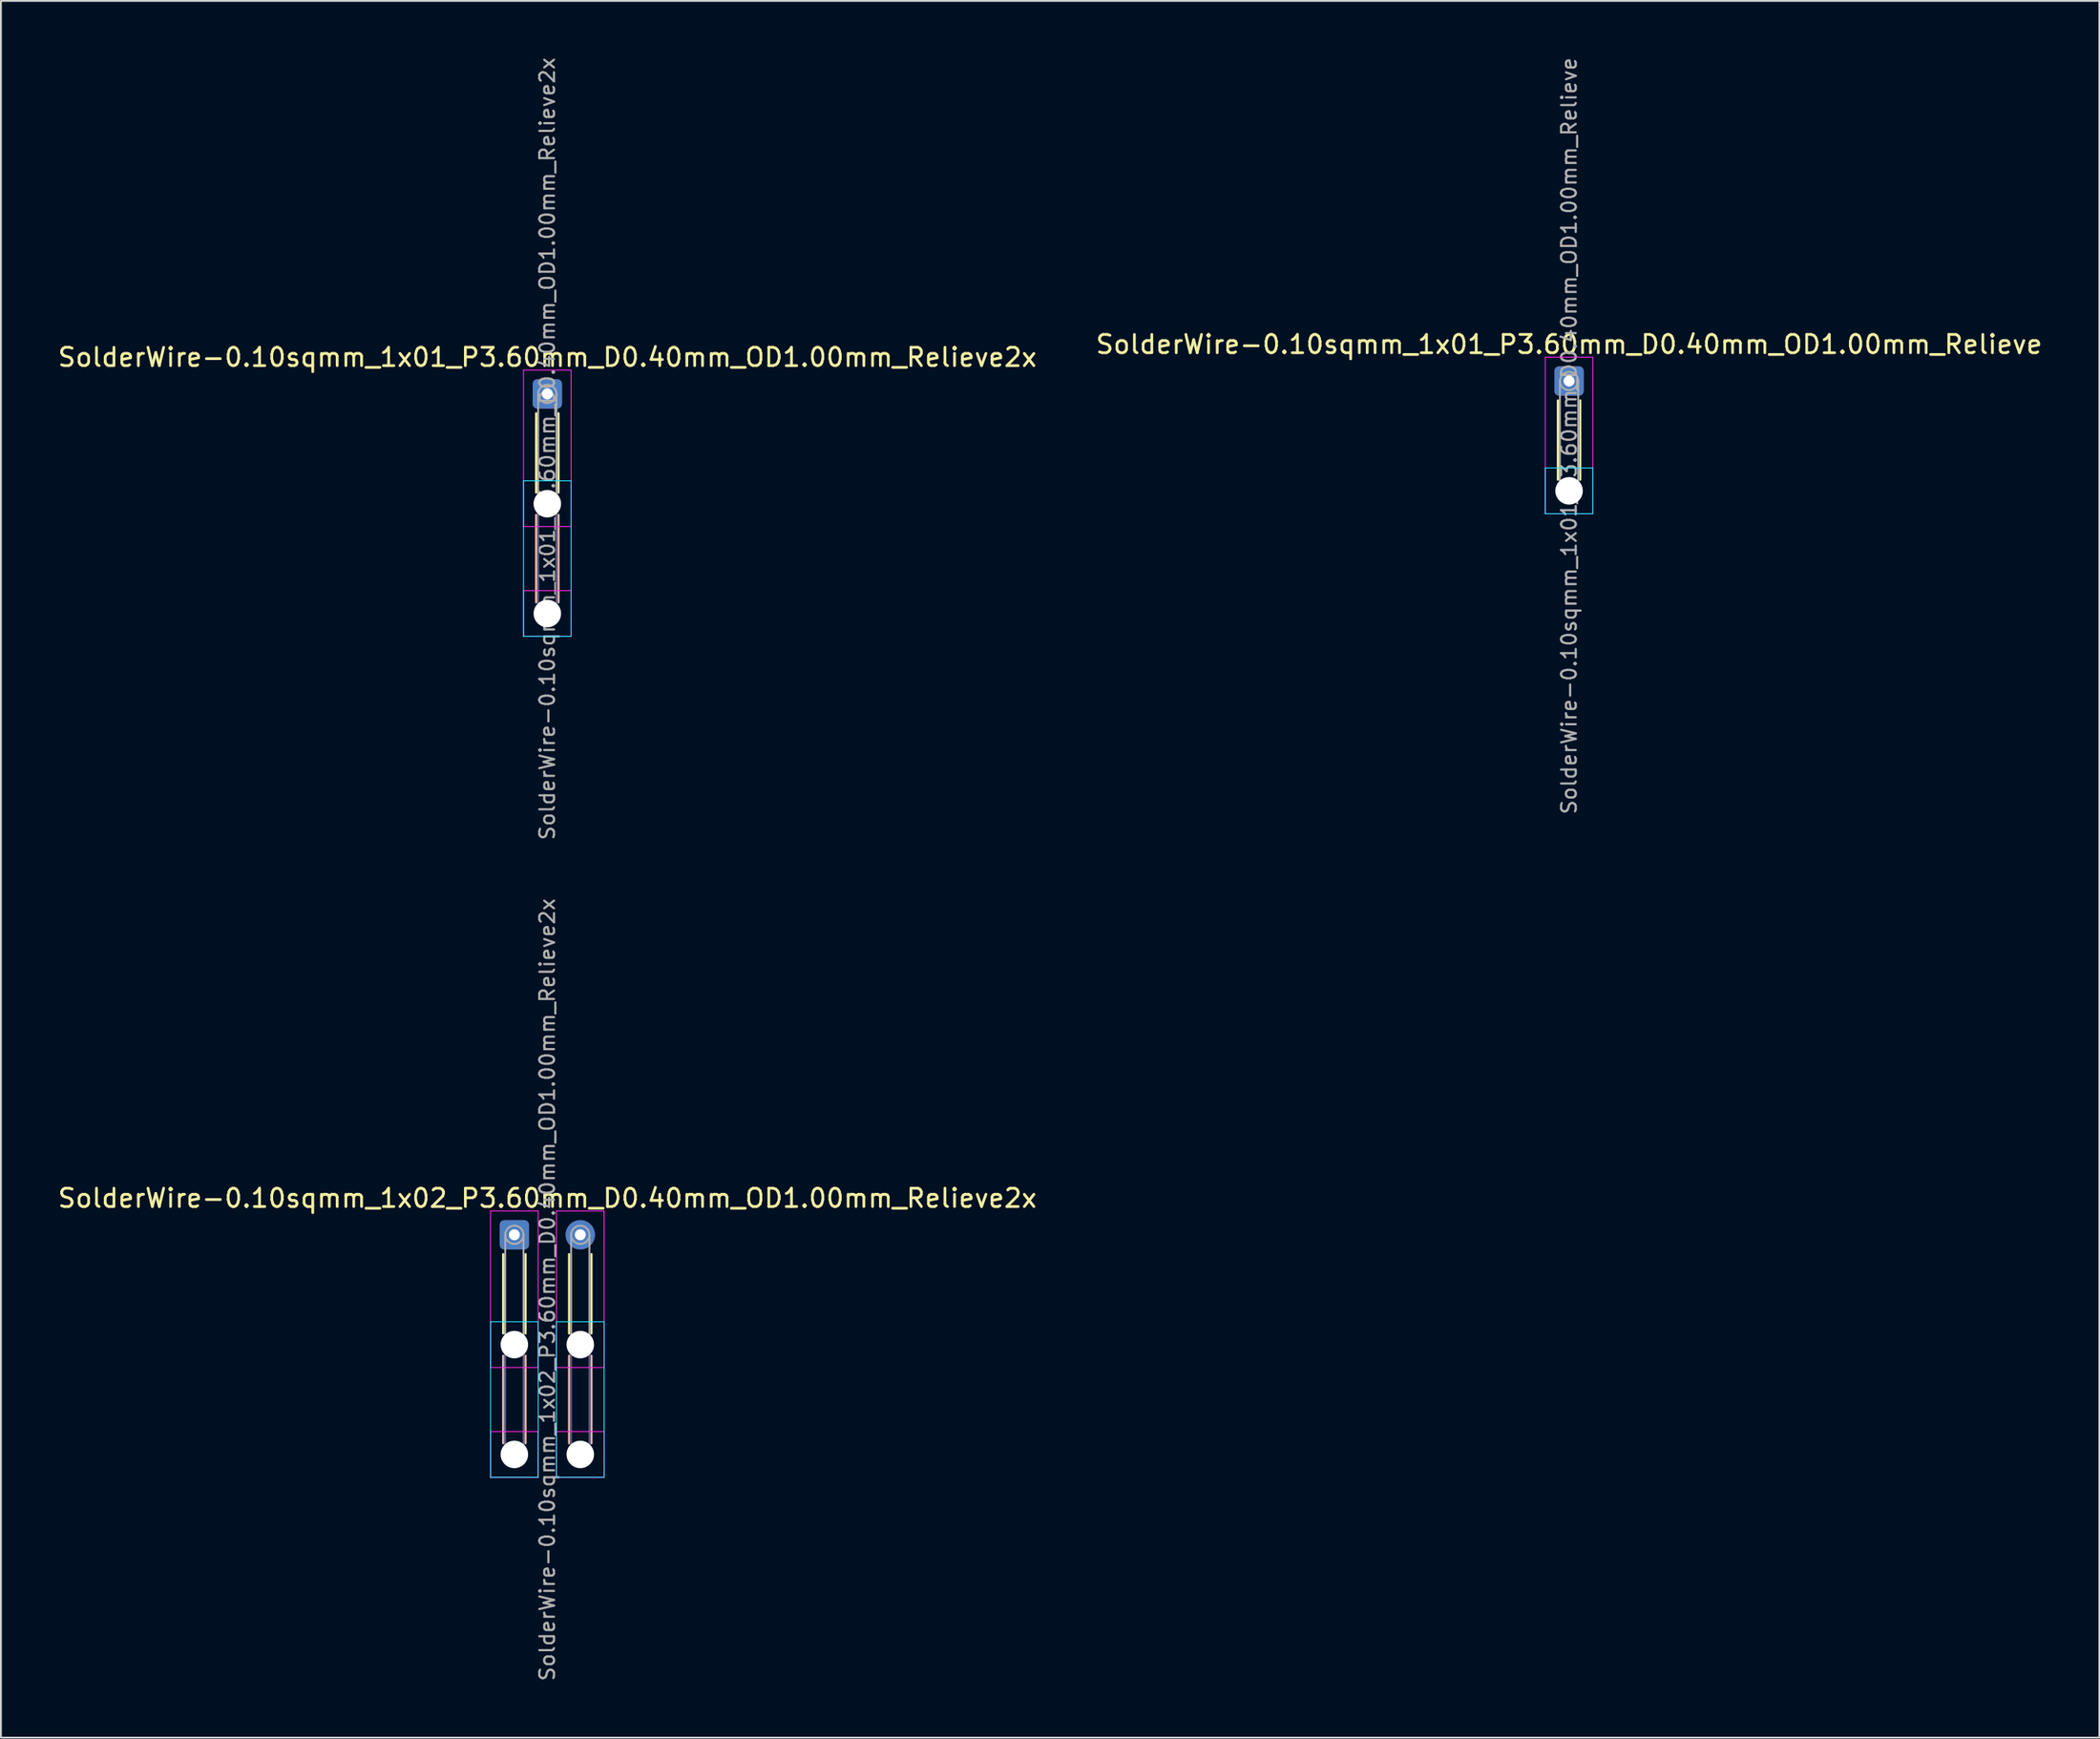
<source format=kicad_pcb>
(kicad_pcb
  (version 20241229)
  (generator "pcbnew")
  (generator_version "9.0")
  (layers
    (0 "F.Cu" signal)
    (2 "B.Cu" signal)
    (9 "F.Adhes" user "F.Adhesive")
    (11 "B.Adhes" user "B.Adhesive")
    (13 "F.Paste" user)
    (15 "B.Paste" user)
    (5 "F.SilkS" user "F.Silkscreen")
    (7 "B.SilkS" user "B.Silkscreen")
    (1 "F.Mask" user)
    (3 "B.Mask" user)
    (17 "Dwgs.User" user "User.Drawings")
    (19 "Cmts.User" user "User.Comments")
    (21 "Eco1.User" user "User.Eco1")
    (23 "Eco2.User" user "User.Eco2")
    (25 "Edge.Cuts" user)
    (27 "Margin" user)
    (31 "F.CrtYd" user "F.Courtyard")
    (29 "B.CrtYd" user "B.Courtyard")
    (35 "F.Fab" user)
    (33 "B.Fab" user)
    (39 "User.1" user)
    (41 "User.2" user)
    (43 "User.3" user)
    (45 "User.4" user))
  (footprint "SolderWire-0.10sqmm_1x02_P3.60mm_D0.40mm_OD1.00mm_Relieve2x"
    (layer "F.Cu")
    (at 25.039 64.414)
    (property "Reference" "SolderWire-0.10sqmm_1x02_P3.60mm_D0.40mm_OD1.00mm_Relieve2x" (at 1.8 -2 0) (layer "F.SilkS") (effects (font (size 1 1) (thickness 0.15))))
    (attr exclude_from_pos_files exclude_from_bom)
    (fp_line (start -0.61 1.06) (end -0.61 5.39) (stroke (width 0.12) (type solid)) (layer "F.SilkS"))
    (fp_line (start 0.61 1.06) (end 0.61 5.39) (stroke (width 0.12) (type solid)) (layer "F.SilkS"))
    (fp_line (start 2.99 1.06) (end 2.99 5.39) (stroke (width 0.12) (type solid)) (layer "F.SilkS"))
    (fp_line (start 4.21 1.06) (end 4.21 5.39) (stroke (width 0.12) (type solid)) (layer "F.SilkS"))
    (fp_line (start -0.61 6.61) (end -0.61 11.39) (stroke (width 0.12) (type solid)) (layer "B.SilkS"))
    (fp_line (start 0.61 6.61) (end 0.61 11.39) (stroke (width 0.12) (type solid)) (layer "B.SilkS"))
    (fp_line (start 2.99 6.61) (end 2.99 11.39) (stroke (width 0.12) (type solid)) (layer "B.SilkS"))
    (fp_line (start 4.21 6.61) (end 4.21 11.39) (stroke (width 0.12) (type solid)) (layer "B.SilkS"))
    (fp_line (start -1.3 4.75) (end -1.3 13.25) (stroke (width 0.05) (type solid)) (layer "B.CrtYd"))
    (fp_line (start -1.3 13.25) (end 1.3 13.25) (stroke (width 0.05) (type solid)) (layer "B.CrtYd"))
    (fp_line (start 1.3 4.75) (end -1.3 4.75) (stroke (width 0.05) (type solid)) (layer "B.CrtYd"))
    (fp_line (start 1.3 13.25) (end 1.3 4.75) (stroke (width 0.05) (type solid)) (layer "B.CrtYd"))
    (fp_line (start 2.3 4.75) (end 2.3 13.25) (stroke (width 0.05) (type solid)) (layer "B.CrtYd"))
    (fp_line (start 2.3 13.25) (end 4.9 13.25) (stroke (width 0.05) (type solid)) (layer "B.CrtYd"))
    (fp_line (start 4.9 4.75) (end 2.3 4.75) (stroke (width 0.05) (type solid)) (layer "B.CrtYd"))
    (fp_line (start 4.9 13.25) (end 4.9 4.75) (stroke (width 0.05) (type solid)) (layer "B.CrtYd"))
    (fp_line (start -1.3 -1.3) (end -1.3 7.25) (stroke (width 0.05) (type solid)) (layer "F.CrtYd"))
    (fp_line (start -1.3 7.25) (end 1.3 7.25) (stroke (width 0.05) (type solid)) (layer "F.CrtYd"))
    (fp_line (start -1.3 10.75) (end -1.3 13.25) (stroke (width 0.05) (type solid)) (layer "F.CrtYd"))
    (fp_line (start -1.3 13.25) (end 1.3 13.25) (stroke (width 0.05) (type solid)) (layer "F.CrtYd"))
    (fp_line (start 1.3 -1.3) (end -1.3 -1.3) (stroke (width 0.05) (type solid)) (layer "F.CrtYd"))
    (fp_line (start 1.3 7.25) (end 1.3 -1.3) (stroke (width 0.05) (type solid)) (layer "F.CrtYd"))
    (fp_line (start 1.3 10.75) (end -1.3 10.75) (stroke (width 0.05) (type solid)) (layer "F.CrtYd"))
    (fp_line (start 1.3 13.25) (end 1.3 10.75) (stroke (width 0.05) (type solid)) (layer "F.CrtYd"))
    (fp_line (start 2.3 -1.3) (end 2.3 7.25) (stroke (width 0.05) (type solid)) (layer "F.CrtYd"))
    (fp_line (start 2.3 7.25) (end 4.9 7.25) (stroke (width 0.05) (type solid)) (layer "F.CrtYd"))
    (fp_line (start 2.3 10.75) (end 2.3 13.25) (stroke (width 0.05) (type solid)) (layer "F.CrtYd"))
    (fp_line (start 2.3 13.25) (end 4.9 13.25) (stroke (width 0.05) (type solid)) (layer "F.CrtYd"))
    (fp_line (start 4.9 -1.3) (end 2.3 -1.3) (stroke (width 0.05) (type solid)) (layer "F.CrtYd"))
    (fp_line (start 4.9 7.25) (end 4.9 -1.3) (stroke (width 0.05) (type solid)) (layer "F.CrtYd"))
    (fp_line (start 4.9 10.75) (end 2.3 10.75) (stroke (width 0.05) (type solid)) (layer "F.CrtYd"))
    (fp_line (start 4.9 13.25) (end 4.9 10.75) (stroke (width 0.05) (type solid)) (layer "F.CrtYd"))
    (fp_line (start -0.5 6) (end -0.5 12) (stroke (width 0.1) (type solid)) (layer "B.Fab"))
    (fp_line (start 0.5 6) (end 0.5 12) (stroke (width 0.1) (type solid)) (layer "B.Fab"))
    (fp_line (start 3.1 6) (end 3.1 12) (stroke (width 0.1) (type solid)) (layer "B.Fab"))
    (fp_line (start 4.1 6) (end 4.1 12) (stroke (width 0.1) (type solid)) (layer "B.Fab"))
    (fp_circle (center 0 6) (end 0.5 6) (stroke (width 0.1) (type solid)) (fill no) (layer "B.Fab"))
    (fp_circle (center 0 12) (end 0.5 12) (stroke (width 0.1) (type solid)) (fill no) (layer "B.Fab"))
    (fp_circle (center 3.6 6) (end 4.1 6) (stroke (width 0.1) (type solid)) (fill no) (layer "B.Fab"))
    (fp_circle (center 3.6 12) (end 4.1 12) (stroke (width 0.1) (type solid)) (fill no) (layer "B.Fab"))
    (fp_line (start -0.5 0) (end -0.5 6) (stroke (width 0.1) (type solid)) (layer "F.Fab"))
    (fp_line (start 0.5 0) (end 0.5 6) (stroke (width 0.1) (type solid)) (layer "F.Fab"))
    (fp_line (start 3.1 0) (end 3.1 6) (stroke (width 0.1) (type solid)) (layer "F.Fab"))
    (fp_line (start 4.1 0) (end 4.1 6) (stroke (width 0.1) (type solid)) (layer "F.Fab"))
    (fp_circle (center 0 0) (end 0.5 0) (stroke (width 0.1) (type solid)) (fill no) (layer "F.Fab"))
    (fp_circle (center 0 6) (end 0.5 6) (stroke (width 0.1) (type solid)) (fill no) (layer "F.Fab"))
    (fp_circle (center 0 12) (end 0.5 12) (stroke (width 0.1) (type solid)) (fill no) (layer "F.Fab"))
    (fp_circle (center 3.6 0) (end 4.1 0) (stroke (width 0.1) (type solid)) (fill no) (layer "F.Fab"))
    (fp_circle (center 3.6 6) (end 4.1 6) (stroke (width 0.1) (type solid)) (fill no) (layer "F.Fab"))
    (fp_circle (center 3.6 12) (end 4.1 12) (stroke (width 0.1) (type solid)) (fill no) (layer "F.Fab"))
    (fp_text user "${REFERENCE}" (at 1.8 3 90) (layer "F.Fab") (effects (font (size 0.8 0.8) (thickness 0.12))))
    (pad "" np_thru_hole circle (at 0 6) (size 1.5 1.5) (drill 1.5) (layers "*.Cu" "*.Mask"))
    (pad "" np_thru_hole circle (at 0 12) (size 1.5 1.5) (drill 1.5) (layers "*.Cu" "*.Mask"))
    (pad "" np_thru_hole circle (at 3.6 6) (size 1.5 1.5) (drill 1.5) (layers "*.Cu" "*.Mask"))
    (pad "" np_thru_hole circle (at 3.6 12) (size 1.5 1.5) (drill 1.5) (layers "*.Cu" "*.Mask"))
    (pad "1" thru_hole roundrect (at 0 0) (size 1.6 1.6) (drill 0.6) (layers "*.Cu" "*.Mask") (roundrect_rratio 0.156))
    (pad "2" thru_hole circle (at 3.6 0) (size 1.6 1.6) (drill 0.6) (layers "*.Cu" "*.Mask")))
  (footprint "SolderWire-0.10sqmm_1x01_P3.60mm_D0.40mm_OD1.00mm_Relieve"
    (layer "F.Cu")
    (at 82.637 17.767)
    (property "Reference" "SolderWire-0.10sqmm_1x01_P3.60mm_D0.40mm_OD1.00mm_Relieve" (at 0 -2 0) (layer "F.SilkS") (effects (font (size 1 1) (thickness 0.15))))
    (attr exclude_from_pos_files exclude_from_bom)
    (fp_line (start -0.61 1.06) (end -0.61 5.39) (stroke (width 0.12) (type solid)) (layer "F.SilkS"))
    (fp_line (start 0.61 1.06) (end 0.61 5.39) (stroke (width 0.12) (type solid)) (layer "F.SilkS"))
    (fp_line (start -1.3 4.75) (end -1.3 7.25) (stroke (width 0.05) (type solid)) (layer "B.CrtYd"))
    (fp_line (start -1.3 7.25) (end 1.3 7.25) (stroke (width 0.05) (type solid)) (layer "B.CrtYd"))
    (fp_line (start 1.3 4.75) (end -1.3 4.75) (stroke (width 0.05) (type solid)) (layer "B.CrtYd"))
    (fp_line (start 1.3 7.25) (end 1.3 4.75) (stroke (width 0.05) (type solid)) (layer "B.CrtYd"))
    (fp_line (start -1.3 -1.3) (end -1.3 7.25) (stroke (width 0.05) (type solid)) (layer "F.CrtYd"))
    (fp_line (start -1.3 7.25) (end 1.3 7.25) (stroke (width 0.05) (type solid)) (layer "F.CrtYd"))
    (fp_line (start 1.3 -1.3) (end -1.3 -1.3) (stroke (width 0.05) (type solid)) (layer "F.CrtYd"))
    (fp_line (start 1.3 7.25) (end 1.3 -1.3) (stroke (width 0.05) (type solid)) (layer "F.CrtYd"))
    (fp_line (start -0.5 0) (end -0.5 6) (stroke (width 0.1) (type solid)) (layer "F.Fab"))
    (fp_line (start 0.5 0) (end 0.5 6) (stroke (width 0.1) (type solid)) (layer "F.Fab"))
    (fp_circle (center 0 0) (end 0.5 0) (stroke (width 0.1) (type solid)) (fill no) (layer "F.Fab"))
    (fp_circle (center 0 6) (end 0.5 6) (stroke (width 0.1) (type solid)) (fill no) (layer "F.Fab"))
    (fp_text user "${REFERENCE}" (at 0 3 90) (layer "F.Fab") (effects (font (size 0.8 0.8) (thickness 0.12))))
    (pad "" np_thru_hole circle (at 0 6) (size 1.5 1.5) (drill 1.5) (layers "*.Cu" "*.Mask"))
    (pad "1" thru_hole roundrect (at 0 0) (size 1.6 1.6) (drill 0.6) (layers "*.Cu" "*.Mask") (roundrect_rratio 0.156)))
  (footprint "SolderWire-0.10sqmm_1x01_P3.60mm_D0.40mm_OD1.00mm_Relieve2x"
    (layer "F.Cu")
    (at 26.839 18.471)
    (property "Reference" "SolderWire-0.10sqmm_1x01_P3.60mm_D0.40mm_OD1.00mm_Relieve2x" (at 0 -2 0) (layer "F.SilkS") (effects (font (size 1 1) (thickness 0.15))))
    (attr exclude_from_pos_files exclude_from_bom)
    (fp_line (start -0.61 1.06) (end -0.61 5.39) (stroke (width 0.12) (type solid)) (layer "F.SilkS"))
    (fp_line (start 0.61 1.06) (end 0.61 5.39) (stroke (width 0.12) (type solid)) (layer "F.SilkS"))
    (fp_line (start -0.61 6.61) (end -0.61 11.39) (stroke (width 0.12) (type solid)) (layer "B.SilkS"))
    (fp_line (start 0.61 6.61) (end 0.61 11.39) (stroke (width 0.12) (type solid)) (layer "B.SilkS"))
    (fp_line (start -1.3 4.75) (end -1.3 13.25) (stroke (width 0.05) (type solid)) (layer "B.CrtYd"))
    (fp_line (start -1.3 13.25) (end 1.3 13.25) (stroke (width 0.05) (type solid)) (layer "B.CrtYd"))
    (fp_line (start 1.3 4.75) (end -1.3 4.75) (stroke (width 0.05) (type solid)) (layer "B.CrtYd"))
    (fp_line (start 1.3 13.25) (end 1.3 4.75) (stroke (width 0.05) (type solid)) (layer "B.CrtYd"))
    (fp_line (start -1.3 -1.3) (end -1.3 7.25) (stroke (width 0.05) (type solid)) (layer "F.CrtYd"))
    (fp_line (start -1.3 7.25) (end 1.3 7.25) (stroke (width 0.05) (type solid)) (layer "F.CrtYd"))
    (fp_line (start -1.3 10.75) (end -1.3 13.25) (stroke (width 0.05) (type solid)) (layer "F.CrtYd"))
    (fp_line (start -1.3 13.25) (end 1.3 13.25) (stroke (width 0.05) (type solid)) (layer "F.CrtYd"))
    (fp_line (start 1.3 -1.3) (end -1.3 -1.3) (stroke (width 0.05) (type solid)) (layer "F.CrtYd"))
    (fp_line (start 1.3 7.25) (end 1.3 -1.3) (stroke (width 0.05) (type solid)) (layer "F.CrtYd"))
    (fp_line (start 1.3 10.75) (end -1.3 10.75) (stroke (width 0.05) (type solid)) (layer "F.CrtYd"))
    (fp_line (start 1.3 13.25) (end 1.3 10.75) (stroke (width 0.05) (type solid)) (layer "F.CrtYd"))
    (fp_line (start -0.5 6) (end -0.5 12) (stroke (width 0.1) (type solid)) (layer "B.Fab"))
    (fp_line (start 0.5 6) (end 0.5 12) (stroke (width 0.1) (type solid)) (layer "B.Fab"))
    (fp_circle (center 0 6) (end 0.5 6) (stroke (width 0.1) (type solid)) (fill no) (layer "B.Fab"))
    (fp_circle (center 0 12) (end 0.5 12) (stroke (width 0.1) (type solid)) (fill no) (layer "B.Fab"))
    (fp_line (start -0.5 0) (end -0.5 6) (stroke (width 0.1) (type solid)) (layer "F.Fab"))
    (fp_line (start 0.5 0) (end 0.5 6) (stroke (width 0.1) (type solid)) (layer "F.Fab"))
    (fp_circle (center 0 0) (end 0.5 0) (stroke (width 0.1) (type solid)) (fill no) (layer "F.Fab"))
    (fp_circle (center 0 6) (end 0.5 6) (stroke (width 0.1) (type solid)) (fill no) (layer "F.Fab"))
    (fp_circle (center 0 12) (end 0.5 12) (stroke (width 0.1) (type solid)) (fill no) (layer "F.Fab"))
    (fp_text user "${REFERENCE}" (at 0 3 90) (layer "F.Fab") (effects (font (size 0.8 0.8) (thickness 0.12))))
    (pad "" np_thru_hole circle (at 0 6) (size 1.5 1.5) (drill 1.5) (layers "*.Cu" "*.Mask"))
    (pad "" np_thru_hole circle (at 0 12) (size 1.5 1.5) (drill 1.5) (layers "*.Cu" "*.Mask"))
    (pad "1" thru_hole roundrect (at 0 0) (size 1.6 1.6) (drill 0.6) (layers "*.Cu" "*.Mask") (roundrect_rratio 0.156)))
  (gr_rect
    (start -3 -3)
    (end 111.595 91.886)
    (stroke (width 0.1) (type default))
    (fill no)
    (layer "Edge.Cuts")))
</source>
